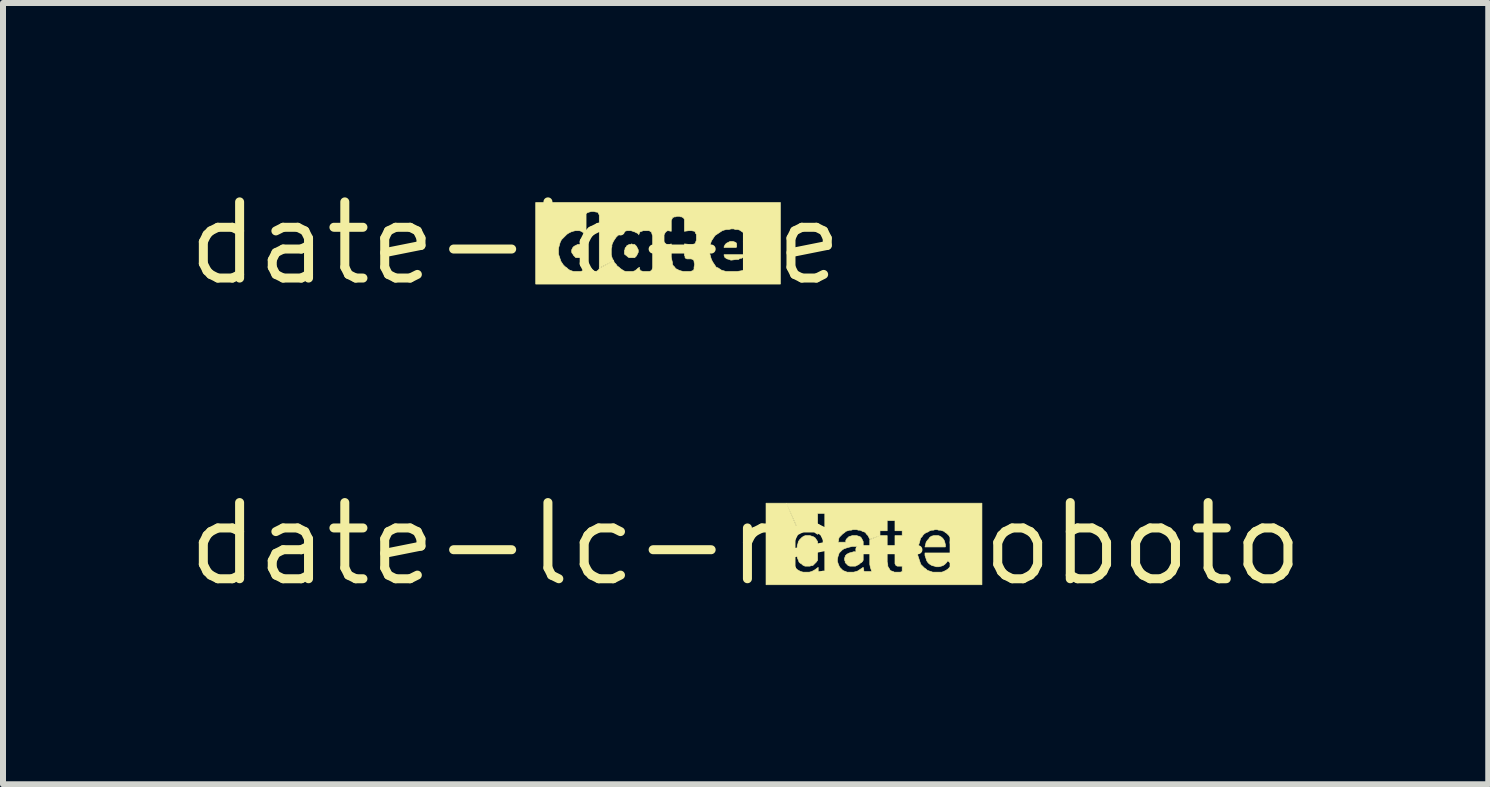
<source format=kicad_pcb>
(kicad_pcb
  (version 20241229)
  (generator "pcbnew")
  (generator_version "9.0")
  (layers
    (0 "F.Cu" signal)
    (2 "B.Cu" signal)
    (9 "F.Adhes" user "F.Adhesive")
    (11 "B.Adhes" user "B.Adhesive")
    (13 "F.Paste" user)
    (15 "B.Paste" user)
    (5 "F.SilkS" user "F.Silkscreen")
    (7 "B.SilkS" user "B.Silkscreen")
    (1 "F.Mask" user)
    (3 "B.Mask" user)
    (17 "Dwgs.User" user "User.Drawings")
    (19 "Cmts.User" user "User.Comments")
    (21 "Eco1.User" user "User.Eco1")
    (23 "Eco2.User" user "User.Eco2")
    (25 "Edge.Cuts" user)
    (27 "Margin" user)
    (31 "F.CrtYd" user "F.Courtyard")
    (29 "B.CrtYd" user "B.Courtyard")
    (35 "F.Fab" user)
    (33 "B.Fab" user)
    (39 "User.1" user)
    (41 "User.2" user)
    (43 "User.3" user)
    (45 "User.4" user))
  (footprint "date-lc-re"
    (layer "F.Cu")
    (at 5.541 1.006)
    (property "Reference" "date-lc-re" (at 0 0 0) (layer "F.SilkS") (effects (font (size 1.27 1.27) (thickness 0.15))))
    (attr board_only exclude_from_pos_files exclude_from_bom)
    (fp_poly (pts (xy 3.64 0.07) (xy 3.66 0.07) (xy 3.67 0.07) (xy 3.68 0.07) (xy 3.69 0.06) (xy 3.69 0.05) (xy 3.69 0.04) (xy 3.69 0.02) (xy 3.69 0.01) (xy 3.68 -0.01) (xy 3.66 -0.02) (xy 3.63 -0.03) (xy 3.6 -0.03) (xy 3.58 -0.03) (xy 3.56 -0.02) (xy 3.54 -0.01) (xy 3.52 0) (xy 3.5 0.02) (xy 3.49 0.04) (xy 3.48 0.06) (xy 3.48 0.07) (xy 3.64 0.07)) (stroke (width 0.01) (type solid)) (fill yes) (layer "F.SilkS"))
    (fp_poly (pts (xy 1.01 0.24) (xy 1.07 0.24) (xy 1.09 0.24) (xy 1.11 0.24) (xy 1.12 0.23) (xy 1.14 0.21) (xy 1.15 0.2) (xy 1.16 0.18) (xy 1.17 0.16) (xy 1.17 0.14) (xy 1.17 0.12) (xy 1.17 0.1) (xy 1.16 0.07) (xy 1.14 0.06) (xy 1.13 0.04) (xy 1.11 0.03) (xy 1.09 0.02) (xy 1.07 0.02) (xy 1.04 0.02) (xy 1.02 0.03) (xy 1 0.04) (xy 0.98 0.05) (xy 0.96 0.07) (xy 0.95 0.09) (xy 0.94 0.11) (xy 0.94 0.13) (xy 0.94 0.15) (xy 0.95 0.17) (xy 0.96 0.18) (xy 0.97 0.2) (xy 1.01 0.24)) (stroke (width 0.01) (type solid)) (fill yes) (layer "F.SilkS"))
    (fp_poly (pts (xy 1.82 0.18) (xy 1.87 0.22) (xy 1.88 0.23) (xy 1.9 0.24) (xy 1.92 0.24) (xy 1.94 0.24) (xy 1.96 0.24) (xy 1.99 0.24) (xy 2 0.23) (xy 2.02 0.21) (xy 2.03 0.19) (xy 2.04 0.17) (xy 2.05 0.15) (xy 2.05 0.13) (xy 2.05 0.11) (xy 2.04 0.09) (xy 2.03 0.07) (xy 2.02 0.05) (xy 2 0.03) (xy 1.99 0.02) (xy 1.96 0.02) (xy 1.94 0.01) (xy 1.92 0.02) (xy 1.9 0.02) (xy 1.88 0.03) (xy 1.86 0.04) (xy 1.85 0.06) (xy 1.83 0.08) (xy 1.83 0.1) (xy 1.82 0.12) (xy 1.82 0.18)) (stroke (width 0.01) (type solid)) (fill yes) (layer "F.SilkS"))
    (fp_poly (pts (xy 0.68 -0.68) (xy 0.34 -0.68) (xy 0.34 0.68) (xy 4.42 0.68) (xy 4.42 -0.68) (xy 0.68 -0.68) (xy 1.18 -0.49) (xy 1.2 -0.51) (xy 1.23 -0.52) (xy 1.27 -0.53) (xy 1.31 -0.53) (xy 1.35 -0.52) (xy 1.37 -0.52) (xy 1.38 -0.51) (xy 1.39 -0.49) (xy 1.4 -0.47) (xy 1.4 -0.46) (xy 1.4 0.41) (xy 1.64 0.29) (xy 1.62 0.26) (xy 1.61 0.23) (xy 1.6 0.19) (xy 1.6 0.16) (xy 1.6 0.13) (xy 1.6 0.09) (xy 1.61 0.06) (xy 1.61 0.03) (xy 1.62 0) (xy 1.64 -0.04) (xy 1.66 -0.07) (xy 1.68 -0.1) (xy 1.71 -0.13) (xy 1.74 -0.15) (xy 1.77 -0.17) (xy 1.8 -0.19) (xy 1.83 -0.2) (xy 1.86 -0.21) (xy 1.9 -0.21) (xy 1.93 -0.21) (xy 1.96 -0.2) (xy 1.99 -0.19) (xy 2.03 -0.17) (xy 2.05 -0.16) (xy 2.06 -0.14) (xy 2.06 -0.15) (xy 2.07 -0.17) (xy 2.07 -0.18) (xy 2.08 -0.19) (xy 2.1 -0.2) (xy 2.11 -0.2) (xy 2.13 -0.21) (xy 2.15 -0.21) (xy 2.21 -0.21) (xy 2.23 -0.21) (xy 2.25 -0.2) (xy 2.26 -0.19) (xy 2.27 -0.19) (xy 2.28 -0.15) (xy 2.29 -0.13) (xy 2.29 -0.1) (xy 2.48 -0.09) (xy 2.48 -0.14) (xy 2.49 -0.16) (xy 2.5 -0.18) (xy 2.52 -0.2) (xy 2.54 -0.21) (xy 2.55 -0.21) (xy 2.6 -0.2) (xy 2.6 -0.38) (xy 2.61 -0.4) (xy 2.62 -0.42) (xy 2.62 -0.43) (xy 2.63 -0.43) (xy 2.65 -0.44) (xy 2.67 -0.44) (xy 2.69 -0.45) (xy 2.72 -0.45) (xy 2.74 -0.45) (xy 2.76 -0.44) (xy 2.78 -0.44) (xy 2.79 -0.43) (xy 2.81 -0.42) (xy 2.81 -0.41) (xy 2.82 -0.4) (xy 2.82 -0.38) (xy 2.82 -0.34) (xy 2.82 -0.2) (xy 2.89 -0.21) (xy 2.94 -0.21) (xy 2.99 -0.2) (xy 3 -0.19) (xy 3 -0.18) (xy 3.01 -0.16) (xy 3.02 -0.15) (xy 3.02 -0.1) (xy 3.02 -0.05) (xy 3.01 -0.03) (xy 3.25 0.02) (xy 3.26 -0.01) (xy 3.27 -0.04) (xy 3.29 -0.07) (xy 3.31 -0.1) (xy 3.33 -0.13) (xy 3.36 -0.15) (xy 3.39 -0.17) (xy 3.42 -0.19) (xy 3.45 -0.21) (xy 3.48 -0.22) (xy 3.52 -0.23) (xy 3.56 -0.23) (xy 3.6 -0.24) (xy 3.64 -0.24) (xy 3.67 -0.23) (xy 3.71 -0.23) (xy 3.74 -0.22) (xy 3.77 -0.2) (xy 3.8 -0.18) (xy 3.82 -0.16) (xy 3.85 -0.14) (xy 3.87 -0.12) (xy 3.88 -0.1) (xy 3.9 -0.06) (xy 3.91 -0.03) (xy 3.91 -0.01) (xy 3.91 0.02) (xy 3.91 0.12) (xy 3.87 0.16) (xy 3.86 0.17) (xy 3.84 0.18) (xy 3.81 0.19) (xy 3.79 0.19) (xy 3.48 0.19) (xy 3.48 0.2) (xy 3.49 0.22) (xy 3.49 0.23) (xy 3.5 0.24) (xy 3.53 0.26) (xy 3.57 0.27) (xy 3.59 0.28) (xy 3.61 0.28) (xy 3.68 0.27) (xy 3.72 0.27) (xy 3.75 0.25) (xy 3.77 0.25) (xy 3.79 0.24) (xy 3.8 0.24) (xy 3.82 0.25) (xy 3.83 0.26) (xy 3.85 0.28) (xy 3.87 0.3) (xy 3.88 0.35) (xy 3.88 0.36) (xy 3.88 0.38) (xy 3.88 0.39) (xy 3.87 0.4) (xy 3.86 0.42) (xy 3.84 0.43) (xy 3.83 0.44) (xy 3.81 0.45) (xy 3.76 0.46) (xy 3.7 0.47) (xy 3.63 0.47) (xy 3.59 0.47) (xy 3.55 0.47) (xy 3.51 0.47) (xy 3.48 0.46) (xy 3.44 0.45) (xy 3.41 0.43) (xy 3.38 0.41) (xy 3.35 0.4) (xy 3.33 0.37) (xy 3.31 0.34) (xy 3.29 0.31) (xy 3.27 0.27) (xy 3.26 0.24) (xy 3.25 0.2) (xy 3.24 0.17) (xy 3.24 0.13) (xy 3.24 0.09) (xy 3.24 0.06) (xy 3.25 0.02) (xy 3.01 -0.03) (xy 3.01 -0.02) (xy 3 0) (xy 2.99 0.01) (xy 2.95 0.02) (xy 2.91 0.02) (xy 2.82 0.01) (xy 2.82 0.2) (xy 2.83 0.22) (xy 2.83 0.24) (xy 2.84 0.25) (xy 2.85 0.25) (xy 2.86 0.26) (xy 2.91 0.26) (xy 2.93 0.26) (xy 2.96 0.27) (xy 2.97 0.28) (xy 2.98 0.29) (xy 2.98 0.31) (xy 2.99 0.35) (xy 2.98 0.4) (xy 2.98 0.42) (xy 2.98 0.43) (xy 2.97 0.45) (xy 2.95 0.46) (xy 2.92 0.47) (xy 2.9 0.47) (xy 2.85 0.47) (xy 2.8 0.47) (xy 2.76 0.46) (xy 2.73 0.45) (xy 2.71 0.44) (xy 2.69 0.43) (xy 2.67 0.42) (xy 2.66 0.4) (xy 2.64 0.38) (xy 2.63 0.37) (xy 2.62 0.35) (xy 2.62 0.32) (xy 2.61 0.28) (xy 2.6 0.23) (xy 2.6 0.01) (xy 2.57 0.02) (xy 2.54 0.02) (xy 2.53 0.02) (xy 2.51 0.01) (xy 2.5 0) (xy 2.49 -0.01) (xy 2.48 -0.03) (xy 2.48 -0.05) (xy 2.48 -0.09) (xy 2.29 -0.1) (xy 2.29 0.36) (xy 2.29 0.4) (xy 2.28 0.44) (xy 2.27 0.45) (xy 2.26 0.46) (xy 2.24 0.47) (xy 2.23 0.47) (xy 2.2 0.47) (xy 2.18 0.47) (xy 2.15 0.47) (xy 2.13 0.47) (xy 2.1 0.46) (xy 2.09 0.46) (xy 2.08 0.45) (xy 2.08 0.44) (xy 2.07 0.43) (xy 2.07 0.41) (xy 2.07 0.4) (xy 2.04 0.42) (xy 2.02 0.44) (xy 1.99 0.46) (xy 1.96 0.47) (xy 1.92 0.47) (xy 1.88 0.47) (xy 1.84 0.47) (xy 1.81 0.46) (xy 1.78 0.44) (xy 1.75 0.42) (xy 1.73 0.4) (xy 1.7 0.38) (xy 1.68 0.35) (xy 1.65 0.32) (xy 1.64 0.29) (xy 1.4 0.42) (xy 1.39 0.44) (xy 1.38 0.45) (xy 1.35 0.47) (xy 1.32 0.47) (xy 1.29 0.47) (xy 1.26 0.47) (xy 1.24 0.47) (xy 1.22 0.46) (xy 1.2 0.45) (xy 1.19 0.44) (xy 1.18 0.43) (xy 1.18 0.41) (xy 1.16 0.43) (xy 1.14 0.44) (xy 1.12 0.46) (xy 1.09 0.47) (xy 1.06 0.47) (xy 1.03 0.47) (xy 1 0.47) (xy 0.97 0.47) (xy 0.94 0.46) (xy 0.91 0.45) (xy 0.88 0.43) (xy 0.86 0.41) (xy 0.83 0.39) (xy 0.8 0.36) (xy 0.78 0.33) (xy 0.76 0.3) (xy 0.75 0.27) (xy 0.74 0.24) (xy 0.73 0.21) (xy 0.72 0.18) (xy 0.72 0.15) (xy 0.72 0.11) (xy 0.72 0.08) (xy 0.73 0.05) (xy 0.74 0.01) (xy 0.75 -0.02) (xy 0.77 -0.06) (xy 0.8 -0.09) (xy 0.83 -0.12) (xy 0.86 -0.15) (xy 0.89 -0.17) (xy 0.93 -0.19) (xy 0.96 -0.2) (xy 1 -0.21) (xy 1.03 -0.21) (xy 1.07 -0.21) (xy 1.1 -0.2) (xy 1.13 -0.18) (xy 1.16 -0.17) (xy 1.18 -0.14) (xy 1.18 -0.47) (xy 1.18 -0.49) (xy 0.68 -0.68)) (stroke (width 0.01) (type solid)) (fill yes) (layer "F.SilkS")))
  (footprint "date-lc-re-roboto"
    (layer "F.Cu")
    (at 9.381 6.019)
    (property "Reference" "date-lc-re-roboto" (at 0 0 0) (layer "F.SilkS") (effects (font (size 1.27 1.27) (thickness 0.15))))
    (attr board_only exclude_from_pos_files exclude_from_bom)
    (fp_poly (pts (xy 3.17 -0.14) (xy 3.14 -0.14) (xy 3.1 -0.13) (xy 3.07 -0.11) (xy 3.05 -0.08) (xy 3.03 -0.06) (xy 3.01 -0.03) (xy 3 0.01) (xy 2.99 0.05) (xy 3.33 0.05) (xy 3.33 0.01) (xy 3.32 -0.03) (xy 3.31 -0.06) (xy 3.29 -0.09) (xy 3.27 -0.11) (xy 3.24 -0.13) (xy 3.21 -0.14) (xy 3.17 -0.14)) (stroke (width 0.01) (type solid)) (fill yes) (layer "F.SilkS"))
    (fp_poly (pts (xy 1.78 0.37) (xy 1.8 0.37) (xy 1.83 0.37) (xy 1.85 0.36) (xy 1.87 0.35) (xy 1.89 0.34) (xy 1.91 0.32) (xy 1.93 0.31) (xy 1.95 0.29) (xy 1.96 0.27) (xy 1.96 0.13) (xy 1.83 0.13) (xy 1.8 0.13) (xy 1.77 0.14) (xy 1.73 0.15) (xy 1.71 0.16) (xy 1.69 0.17) (xy 1.67 0.19) (xy 1.66 0.2) (xy 1.66 0.22) (xy 1.65 0.23) (xy 1.65 0.25) (xy 1.65 0.27) (xy 1.66 0.29) (xy 1.66 0.31) (xy 1.67 0.32) (xy 1.68 0.33) (xy 1.69 0.34) (xy 1.71 0.36) (xy 1.74 0.37) (xy 1.78 0.37)) (stroke (width 0.01) (type solid)) (fill yes) (layer "F.SilkS"))
    (fp_poly (pts (xy 0.85 0.12) (xy 0.85 0.16) (xy 0.86 0.19) (xy 0.86 0.22) (xy 0.87 0.25) (xy 0.88 0.27) (xy 0.89 0.3) (xy 0.91 0.32) (xy 0.93 0.33) (xy 0.95 0.35) (xy 0.97 0.36) (xy 0.99 0.37) (xy 1.01 0.37) (xy 1.04 0.37) (xy 1.07 0.37) (xy 1.1 0.36) (xy 1.12 0.36) (xy 1.14 0.34) (xy 1.16 0.32) (xy 1.18 0.3) (xy 1.2 0.27) (xy 1.2 -0.04) (xy 1.18 -0.07) (xy 1.16 -0.1) (xy 1.13 -0.12) (xy 1.1 -0.13) (xy 1.07 -0.14) (xy 1.03 -0.14) (xy 1 -0.14) (xy 0.97 -0.13) (xy 0.94 -0.11) (xy 0.92 -0.09) (xy 0.9 -0.07) (xy 0.88 -0.04) (xy 0.87 0) (xy 0.86 0.03) (xy 0.86 0.08) (xy 0.85 0.12)) (stroke (width 0.01) (type solid)) (fill yes) (layer "F.SilkS"))
    (fp_poly (pts (xy 0.68 -0.68) (xy 0.34 -0.68) (xy 0.34 0.68) (xy 3.94 0.68) (xy 3.94 -0.68) (xy 0.68 -0.68) (xy 0.89 -0.21) (xy 0.92 -0.22) (xy 0.97 -0.23) (xy 1.01 -0.24) (xy 1.06 -0.23) (xy 1.1 -0.22) (xy 1.14 -0.21) (xy 1.17 -0.18) (xy 1.2 -0.16) (xy 1.2 -0.51) (xy 1.32 -0.51) (xy 1.32 0.46) (xy 1.55 0.35) (xy 1.54 0.32) (xy 1.53 0.29) (xy 1.53 0.25) (xy 1.54 0.21) (xy 1.55 0.18) (xy 1.56 0.15) (xy 1.58 0.13) (xy 1.61 0.1) (xy 1.64 0.08) (xy 1.67 0.07) (xy 1.7 0.06) (xy 1.74 0.05) (xy 1.78 0.04) (xy 1.82 0.04) (xy 1.96 0.04) (xy 1.96 -0.01) (xy 1.96 -0.04) (xy 1.95 -0.06) (xy 1.94 -0.08) (xy 1.93 -0.1) (xy 1.91 -0.12) (xy 1.88 -0.13) (xy 1.85 -0.14) (xy 1.82 -0.14) (xy 1.78 -0.14) (xy 1.75 -0.13) (xy 1.72 -0.12) (xy 1.7 -0.1) (xy 1.68 -0.08) (xy 1.67 -0.06) (xy 1.67 -0.03) (xy 1.54 -0.03) (xy 1.55 -0.06) (xy 1.55 -0.08) (xy 1.56 -0.11) (xy 1.58 -0.13) (xy 1.6 -0.15) (xy 1.62 -0.17) (xy 1.65 -0.19) (xy 1.67 -0.21) (xy 1.7 -0.22) (xy 1.73 -0.23) (xy 1.76 -0.23) (xy 1.79 -0.24) (xy 1.82 -0.24) (xy 1.85 -0.24) (xy 1.88 -0.23) (xy 1.91 -0.23) (xy 1.93 -0.22) (xy 1.95 -0.21) (xy 1.98 -0.2) (xy 2 -0.19) (xy 2.01 -0.17) (xy 2.03 -0.15) (xy 2.04 -0.14) (xy 2.05 -0.12) (xy 2.07 -0.08) (xy 2.24 -0.14) (xy 2.24 -0.22) (xy 2.36 -0.22) (xy 2.36 -0.39) (xy 2.49 -0.39) (xy 2.49 -0.22) (xy 2.61 -0.22) (xy 2.61 -0.14) (xy 2.49 -0.14) (xy 2.49 0.29) (xy 2.49 0.33) (xy 2.5 0.34) (xy 2.5 0.35) (xy 2.51 0.36) (xy 2.53 0.37) (xy 2.54 0.37) (xy 2.56 0.37) (xy 2.61 0.37) (xy 2.9 0.28) (xy 2.89 0.25) (xy 2.88 0.22) (xy 2.87 0.19) (xy 2.87 0.15) (xy 2.87 0.1) (xy 2.87 0.07) (xy 2.88 0.03) (xy 2.89 0) (xy 2.9 -0.03) (xy 2.91 -0.07) (xy 2.92 -0.1) (xy 2.94 -0.12) (xy 2.96 -0.15) (xy 2.98 -0.17) (xy 3.01 -0.19) (xy 3.04 -0.2) (xy 3.07 -0.22) (xy 3.1 -0.23) (xy 3.13 -0.23) (xy 3.16 -0.24) (xy 3.19 -0.24) (xy 3.22 -0.23) (xy 3.25 -0.23) (xy 3.28 -0.22) (xy 3.31 -0.21) (xy 3.33 -0.19) (xy 3.35 -0.18) (xy 3.37 -0.16) (xy 3.39 -0.14) (xy 3.41 -0.11) (xy 3.42 -0.09) (xy 3.43 -0.06) (xy 3.44 -0.03) (xy 3.45 0.01) (xy 3.45 0.04) (xy 3.45 0.08) (xy 3.45 0.15) (xy 2.99 0.15) (xy 2.99 0.19) (xy 3 0.22) (xy 3.01 0.25) (xy 3.02 0.28) (xy 3.04 0.31) (xy 3.06 0.33) (xy 3.09 0.35) (xy 3.11 0.36) (xy 3.15 0.37) (xy 3.18 0.38) (xy 3.22 0.38) (xy 3.26 0.37) (xy 3.29 0.36) (xy 3.32 0.34) (xy 3.35 0.31) (xy 3.37 0.28) (xy 3.44 0.34) (xy 3.42 0.37) (xy 3.39 0.4) (xy 3.37 0.42) (xy 3.34 0.44) (xy 3.3 0.46) (xy 3.27 0.47) (xy 3.23 0.47) (xy 3.18 0.47) (xy 3.15 0.47) (xy 3.12 0.47) (xy 3.09 0.46) (xy 3.06 0.45) (xy 3.03 0.44) (xy 3.01 0.42) (xy 2.98 0.4) (xy 2.96 0.38) (xy 2.94 0.36) (xy 2.92 0.34) (xy 2.91 0.31) (xy 2.9 0.28) (xy 2.61 0.37) (xy 2.61 0.46) (xy 2.58 0.47) (xy 2.54 0.47) (xy 2.51 0.47) (xy 2.48 0.47) (xy 2.46 0.46) (xy 2.43 0.45) (xy 2.41 0.44) (xy 2.4 0.42) (xy 2.38 0.39) (xy 2.37 0.37) (xy 2.37 0.34) (xy 2.36 0.3) (xy 2.36 -0.14) (xy 2.24 -0.14) (xy 2.07 -0.07) (xy 2.07 -0.03) (xy 2.07 0.3) (xy 2.07 0.34) (xy 2.08 0.39) (xy 2.09 0.42) (xy 2.1 0.45) (xy 2.1 0.46) (xy 1.98 0.46) (xy 1.97 0.45) (xy 1.97 0.43) (xy 1.96 0.39) (xy 1.93 0.41) (xy 1.9 0.43) (xy 1.87 0.45) (xy 1.84 0.46) (xy 1.8 0.47) (xy 1.77 0.47) (xy 1.73 0.47) (xy 1.69 0.47) (xy 1.67 0.46) (xy 1.64 0.45) (xy 1.62 0.44) (xy 1.6 0.42) (xy 1.59 0.41) (xy 1.57 0.39) (xy 1.56 0.37) (xy 1.55 0.35) (xy 1.32 0.46) (xy 1.21 0.46) (xy 1.21 0.39) (xy 1.17 0.42) (xy 1.14 0.44) (xy 1.1 0.46) (xy 1.06 0.47) (xy 1.01 0.47) (xy 0.96 0.47) (xy 0.92 0.46) (xy 0.88 0.44) (xy 0.85 0.42) (xy 0.82 0.39) (xy 0.79 0.35) (xy 0.77 0.31) (xy 0.76 0.26) (xy 0.75 0.22) (xy 0.74 0.16) (xy 0.74 0.11) (xy 0.74 0.06) (xy 0.75 0.01) (xy 0.76 -0.04) (xy 0.78 -0.08) (xy 0.8 -0.12) (xy 0.82 -0.15) (xy 0.85 -0.18) (xy 0.88 -0.21) (xy 0.68 -0.68)) (stroke (width 0.01) (type solid)) (fill yes) (layer "F.SilkS")))
  (gr_rect
    (start -3 -3)
    (end 21.762 10.025)
    (stroke (width 0.1) (type default))
    (fill no)
    (layer "Edge.Cuts")))
</source>
